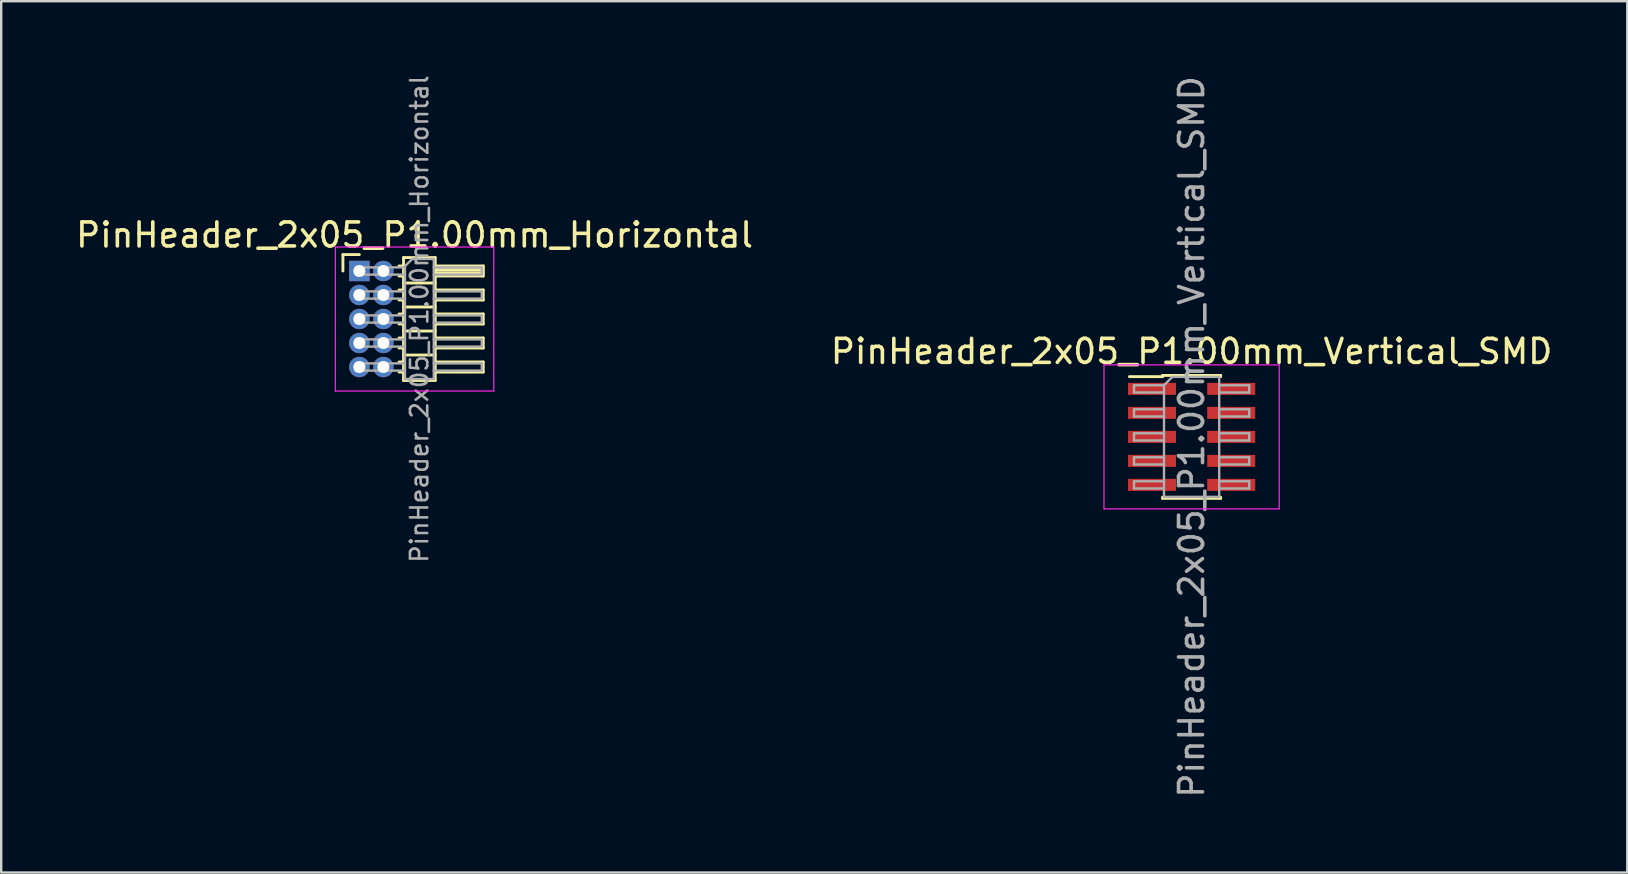
<source format=kicad_pcb>
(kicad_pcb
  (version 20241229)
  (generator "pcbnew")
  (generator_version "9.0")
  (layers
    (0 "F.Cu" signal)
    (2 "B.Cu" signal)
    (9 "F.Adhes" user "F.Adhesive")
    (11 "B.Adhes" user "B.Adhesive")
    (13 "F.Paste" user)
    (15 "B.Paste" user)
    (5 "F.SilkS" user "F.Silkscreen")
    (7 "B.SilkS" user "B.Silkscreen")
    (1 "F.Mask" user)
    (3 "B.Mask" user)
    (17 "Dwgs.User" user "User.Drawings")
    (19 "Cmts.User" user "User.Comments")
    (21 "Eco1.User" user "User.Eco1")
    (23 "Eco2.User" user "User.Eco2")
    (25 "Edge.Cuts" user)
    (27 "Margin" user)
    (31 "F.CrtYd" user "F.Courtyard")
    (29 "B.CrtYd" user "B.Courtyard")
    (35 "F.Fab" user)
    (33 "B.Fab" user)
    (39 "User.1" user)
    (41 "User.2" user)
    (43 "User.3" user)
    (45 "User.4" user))
  (footprint "PinHeader_2x05_P1.00mm_Horizontal"
    (layer "F.Cu")
    (at 11.92 8.239)
    (property "Reference" "PinHeader_2x05_P1.00mm_Horizontal" (at 2.3 -1.5 0) (layer "F.SilkS") (effects (font (size 1 1) (thickness 0.15))))
    (attr through_hole)
    (fp_line (start -0.685 -0.685) (end 0 -0.685) (stroke (width 0.12) (type solid)) (layer "F.SilkS"))
    (fp_line (start -0.685 0) (end -0.685 -0.685) (stroke (width 0.12) (type solid)) (layer "F.SilkS"))
    (fp_line (start 1.652 -0.21) (end 1.84 -0.21) (stroke (width 0.12) (type solid)) (layer "F.SilkS"))
    (fp_line (start 1.652 0.21) (end 1.84 0.21) (stroke (width 0.12) (type solid)) (layer "F.SilkS"))
    (fp_line (start 1.652 0.79) (end 1.84 0.79) (stroke (width 0.12) (type solid)) (layer "F.SilkS"))
    (fp_line (start 1.652 1.21) (end 1.84 1.21) (stroke (width 0.12) (type solid)) (layer "F.SilkS"))
    (fp_line (start 1.652 1.79) (end 1.84 1.79) (stroke (width 0.12) (type solid)) (layer "F.SilkS"))
    (fp_line (start 1.652 2.21) (end 1.84 2.21) (stroke (width 0.12) (type solid)) (layer "F.SilkS"))
    (fp_line (start 1.652 2.79) (end 1.84 2.79) (stroke (width 0.12) (type solid)) (layer "F.SilkS"))
    (fp_line (start 1.652 3.21) (end 1.84 3.21) (stroke (width 0.12) (type solid)) (layer "F.SilkS"))
    (fp_line (start 1.652 3.79) (end 1.84 3.79) (stroke (width 0.12) (type solid)) (layer "F.SilkS"))
    (fp_line (start 1.652 4.21) (end 1.84 4.21) (stroke (width 0.12) (type solid)) (layer "F.SilkS"))
    (fp_line (start 1.84 -0.56) (end 1.84 4.56) (stroke (width 0.12) (type solid)) (layer "F.SilkS"))
    (fp_line (start 1.84 0.5) (end 3.16 0.5) (stroke (width 0.12) (type solid)) (layer "F.SilkS"))
    (fp_line (start 1.84 1.5) (end 3.16 1.5) (stroke (width 0.12) (type solid)) (layer "F.SilkS"))
    (fp_line (start 1.84 2.5) (end 3.16 2.5) (stroke (width 0.12) (type solid)) (layer "F.SilkS"))
    (fp_line (start 1.84 3.5) (end 3.16 3.5) (stroke (width 0.12) (type solid)) (layer "F.SilkS"))
    (fp_line (start 1.84 4.56) (end 3.16 4.56) (stroke (width 0.12) (type solid)) (layer "F.SilkS"))
    (fp_line (start 3.16 -0.56) (end 1.84 -0.56) (stroke (width 0.12) (type solid)) (layer "F.SilkS"))
    (fp_line (start 3.16 -0.21) (end 5.16 -0.21) (stroke (width 0.12) (type solid)) (layer "F.SilkS"))
    (fp_line (start 3.16 -0.15) (end 5.16 -0.15) (stroke (width 0.12) (type solid)) (layer "F.SilkS"))
    (fp_line (start 3.16 -0.03) (end 5.16 -0.03) (stroke (width 0.12) (type solid)) (layer "F.SilkS"))
    (fp_line (start 3.16 0.09) (end 5.16 0.09) (stroke (width 0.12) (type solid)) (layer "F.SilkS"))
    (fp_line (start 3.16 0.79) (end 5.16 0.79) (stroke (width 0.12) (type solid)) (layer "F.SilkS"))
    (fp_line (start 3.16 1.79) (end 5.16 1.79) (stroke (width 0.12) (type solid)) (layer "F.SilkS"))
    (fp_line (start 3.16 2.79) (end 5.16 2.79) (stroke (width 0.12) (type solid)) (layer "F.SilkS"))
    (fp_line (start 3.16 3.79) (end 5.16 3.79) (stroke (width 0.12) (type solid)) (layer "F.SilkS"))
    (fp_line (start 3.16 4.56) (end 3.16 -0.56) (stroke (width 0.12) (type solid)) (layer "F.SilkS"))
    (fp_line (start 5.16 -0.21) (end 5.16 0.21) (stroke (width 0.12) (type solid)) (layer "F.SilkS"))
    (fp_line (start 5.16 0.21) (end 3.16 0.21) (stroke (width 0.12) (type solid)) (layer "F.SilkS"))
    (fp_line (start 5.16 0.79) (end 5.16 1.21) (stroke (width 0.12) (type solid)) (layer "F.SilkS"))
    (fp_line (start 5.16 1.21) (end 3.16 1.21) (stroke (width 0.12) (type solid)) (layer "F.SilkS"))
    (fp_line (start 5.16 1.79) (end 5.16 2.21) (stroke (width 0.12) (type solid)) (layer "F.SilkS"))
    (fp_line (start 5.16 2.21) (end 3.16 2.21) (stroke (width 0.12) (type solid)) (layer "F.SilkS"))
    (fp_line (start 5.16 2.79) (end 5.16 3.21) (stroke (width 0.12) (type solid)) (layer "F.SilkS"))
    (fp_line (start 5.16 3.21) (end 3.16 3.21) (stroke (width 0.12) (type solid)) (layer "F.SilkS"))
    (fp_line (start 5.16 3.79) (end 5.16 4.21) (stroke (width 0.12) (type solid)) (layer "F.SilkS"))
    (fp_line (start 5.16 4.21) (end 3.16 4.21) (stroke (width 0.12) (type solid)) (layer "F.SilkS"))
    (fp_line (start -1 -1) (end -1 5) (stroke (width 0.05) (type solid)) (layer "F.CrtYd"))
    (fp_line (start -1 5) (end 5.6 5) (stroke (width 0.05) (type solid)) (layer "F.CrtYd"))
    (fp_line (start 5.6 -1) (end -1 -1) (stroke (width 0.05) (type solid)) (layer "F.CrtYd"))
    (fp_line (start 5.6 5) (end 5.6 -1) (stroke (width 0.05) (type solid)) (layer "F.CrtYd"))
    (fp_line (start -0.15 -0.15) (end -0.15 0.15) (stroke (width 0.1) (type solid)) (layer "F.Fab"))
    (fp_line (start -0.15 -0.15) (end 1.9 -0.15) (stroke (width 0.1) (type solid)) (layer "F.Fab"))
    (fp_line (start -0.15 0.15) (end 1.9 0.15) (stroke (width 0.1) (type solid)) (layer "F.Fab"))
    (fp_line (start -0.15 0.85) (end -0.15 1.15) (stroke (width 0.1) (type solid)) (layer "F.Fab"))
    (fp_line (start -0.15 0.85) (end 1.9 0.85) (stroke (width 0.1) (type solid)) (layer "F.Fab"))
    (fp_line (start -0.15 1.15) (end 1.9 1.15) (stroke (width 0.1) (type solid)) (layer "F.Fab"))
    (fp_line (start -0.15 1.85) (end -0.15 2.15) (stroke (width 0.1) (type solid)) (layer "F.Fab"))
    (fp_line (start -0.15 1.85) (end 1.9 1.85) (stroke (width 0.1) (type solid)) (layer "F.Fab"))
    (fp_line (start -0.15 2.15) (end 1.9 2.15) (stroke (width 0.1) (type solid)) (layer "F.Fab"))
    (fp_line (start -0.15 2.85) (end -0.15 3.15) (stroke (width 0.1) (type solid)) (layer "F.Fab"))
    (fp_line (start -0.15 2.85) (end 1.9 2.85) (stroke (width 0.1) (type solid)) (layer "F.Fab"))
    (fp_line (start -0.15 3.15) (end 1.9 3.15) (stroke (width 0.1) (type solid)) (layer "F.Fab"))
    (fp_line (start -0.15 3.85) (end -0.15 4.15) (stroke (width 0.1) (type solid)) (layer "F.Fab"))
    (fp_line (start -0.15 3.85) (end 1.9 3.85) (stroke (width 0.1) (type solid)) (layer "F.Fab"))
    (fp_line (start -0.15 4.15) (end 1.9 4.15) (stroke (width 0.1) (type solid)) (layer "F.Fab"))
    (fp_line (start 1.9 -0.2) (end 2.2 -0.5) (stroke (width 0.1) (type solid)) (layer "F.Fab"))
    (fp_line (start 1.9 4.5) (end 1.9 -0.2) (stroke (width 0.1) (type solid)) (layer "F.Fab"))
    (fp_line (start 2.2 -0.5) (end 3.1 -0.5) (stroke (width 0.1) (type solid)) (layer "F.Fab"))
    (fp_line (start 3.1 -0.5) (end 3.1 4.5) (stroke (width 0.1) (type solid)) (layer "F.Fab"))
    (fp_line (start 3.1 -0.15) (end 5.1 -0.15) (stroke (width 0.1) (type solid)) (layer "F.Fab"))
    (fp_line (start 3.1 0.15) (end 5.1 0.15) (stroke (width 0.1) (type solid)) (layer "F.Fab"))
    (fp_line (start 3.1 0.85) (end 5.1 0.85) (stroke (width 0.1) (type solid)) (layer "F.Fab"))
    (fp_line (start 3.1 1.15) (end 5.1 1.15) (stroke (width 0.1) (type solid)) (layer "F.Fab"))
    (fp_line (start 3.1 1.85) (end 5.1 1.85) (stroke (width 0.1) (type solid)) (layer "F.Fab"))
    (fp_line (start 3.1 2.15) (end 5.1 2.15) (stroke (width 0.1) (type solid)) (layer "F.Fab"))
    (fp_line (start 3.1 2.85) (end 5.1 2.85) (stroke (width 0.1) (type solid)) (layer "F.Fab"))
    (fp_line (start 3.1 3.15) (end 5.1 3.15) (stroke (width 0.1) (type solid)) (layer "F.Fab"))
    (fp_line (start 3.1 3.85) (end 5.1 3.85) (stroke (width 0.1) (type solid)) (layer "F.Fab"))
    (fp_line (start 3.1 4.15) (end 5.1 4.15) (stroke (width 0.1) (type solid)) (layer "F.Fab"))
    (fp_line (start 3.1 4.5) (end 1.9 4.5) (stroke (width 0.1) (type solid)) (layer "F.Fab"))
    (fp_line (start 5.1 -0.15) (end 5.1 0.15) (stroke (width 0.1) (type solid)) (layer "F.Fab"))
    (fp_line (start 5.1 0.85) (end 5.1 1.15) (stroke (width 0.1) (type solid)) (layer "F.Fab"))
    (fp_line (start 5.1 1.85) (end 5.1 2.15) (stroke (width 0.1) (type solid)) (layer "F.Fab"))
    (fp_line (start 5.1 2.85) (end 5.1 3.15) (stroke (width 0.1) (type solid)) (layer "F.Fab"))
    (fp_line (start 5.1 3.85) (end 5.1 4.15) (stroke (width 0.1) (type solid)) (layer "F.Fab"))
    (fp_text user "${REFERENCE}" (at 2.5 2 90) (layer "F.Fab") (effects (font (size 0.72 0.72) (thickness 0.108))))
    (pad "1" thru_hole rect (at 0 0) (size 0.85 0.85) (drill 0.5) (layers "*.Cu" "*.Mask"))
    (pad "2" thru_hole oval (at 1 0) (size 0.85 0.85) (drill 0.5) (layers "*.Cu" "*.Mask"))
    (pad "3" thru_hole oval (at 0 1) (size 0.85 0.85) (drill 0.5) (layers "*.Cu" "*.Mask"))
    (pad "4" thru_hole oval (at 1 1) (size 0.85 0.85) (drill 0.5) (layers "*.Cu" "*.Mask"))
    (pad "5" thru_hole oval (at 0 2) (size 0.85 0.85) (drill 0.5) (layers "*.Cu" "*.Mask"))
    (pad "6" thru_hole oval (at 1 2) (size 0.85 0.85) (drill 0.5) (layers "*.Cu" "*.Mask"))
    (pad "7" thru_hole oval (at 0 3) (size 0.85 0.85) (drill 0.5) (layers "*.Cu" "*.Mask"))
    (pad "8" thru_hole oval (at 1 3) (size 0.85 0.85) (drill 0.5) (layers "*.Cu" "*.Mask"))
    (pad "9" thru_hole oval (at 0 4) (size 0.85 0.85) (drill 0.5) (layers "*.Cu" "*.Mask"))
    (pad "10" thru_hole oval (at 1 4) (size 0.85 0.85) (drill 0.5) (layers "*.Cu" "*.Mask")))
  (footprint "PinHeader_2x05_P1.00mm_Vertical_SMD"
    (layer "F.Cu")
    (at 46.589 15.149)
    (property "Reference" "PinHeader_2x05_P1.00mm_Vertical_SMD" (at 0 -3.56 0) (layer "F.SilkS") (effects (font (size 1 1) (thickness 0.15))))
    (attr smd)
    (fp_line (start -2.59 -2.51) (end -1.21 -2.51) (stroke (width 0.12) (type solid)) (layer "F.SilkS"))
    (fp_line (start -1.21 -2.56) (end -1.21 -2.51) (stroke (width 0.12) (type solid)) (layer "F.SilkS"))
    (fp_line (start -1.21 -2.56) (end 1.21 -2.56) (stroke (width 0.12) (type solid)) (layer "F.SilkS"))
    (fp_line (start -1.21 2.51) (end -1.21 2.56) (stroke (width 0.12) (type solid)) (layer "F.SilkS"))
    (fp_line (start -1.21 2.56) (end 1.21 2.56) (stroke (width 0.12) (type solid)) (layer "F.SilkS"))
    (fp_line (start 1.21 -2.56) (end 1.21 -2.51) (stroke (width 0.12) (type solid)) (layer "F.SilkS"))
    (fp_line (start 1.21 2.51) (end 1.21 2.56) (stroke (width 0.12) (type solid)) (layer "F.SilkS"))
    (fp_line (start -3.65 -3) (end -3.65 3) (stroke (width 0.05) (type solid)) (layer "F.CrtYd"))
    (fp_line (start -3.65 3) (end 3.65 3) (stroke (width 0.05) (type solid)) (layer "F.CrtYd"))
    (fp_line (start 3.65 -3) (end -3.65 -3) (stroke (width 0.05) (type solid)) (layer "F.CrtYd"))
    (fp_line (start 3.65 3) (end 3.65 -3) (stroke (width 0.05) (type solid)) (layer "F.CrtYd"))
    (fp_line (start -2.4 -2.15) (end -2.4 -1.85) (stroke (width 0.1) (type solid)) (layer "F.Fab"))
    (fp_line (start -2.4 -1.85) (end -1.15 -1.85) (stroke (width 0.1) (type solid)) (layer "F.Fab"))
    (fp_line (start -2.4 -1.15) (end -2.4 -0.85) (stroke (width 0.1) (type solid)) (layer "F.Fab"))
    (fp_line (start -2.4 -0.85) (end -1.15 -0.85) (stroke (width 0.1) (type solid)) (layer "F.Fab"))
    (fp_line (start -2.4 -0.15) (end -2.4 0.15) (stroke (width 0.1) (type solid)) (layer "F.Fab"))
    (fp_line (start -2.4 0.15) (end -1.15 0.15) (stroke (width 0.1) (type solid)) (layer "F.Fab"))
    (fp_line (start -2.4 0.85) (end -2.4 1.15) (stroke (width 0.1) (type solid)) (layer "F.Fab"))
    (fp_line (start -2.4 1.15) (end -1.15 1.15) (stroke (width 0.1) (type solid)) (layer "F.Fab"))
    (fp_line (start -2.4 1.85) (end -2.4 2.15) (stroke (width 0.1) (type solid)) (layer "F.Fab"))
    (fp_line (start -2.4 2.15) (end -1.15 2.15) (stroke (width 0.1) (type solid)) (layer "F.Fab"))
    (fp_line (start -1.15 -2.15) (end -2.4 -2.15) (stroke (width 0.1) (type solid)) (layer "F.Fab"))
    (fp_line (start -1.15 -2.15) (end -0.8 -2.5) (stroke (width 0.1) (type solid)) (layer "F.Fab"))
    (fp_line (start -1.15 -1.15) (end -2.4 -1.15) (stroke (width 0.1) (type solid)) (layer "F.Fab"))
    (fp_line (start -1.15 -0.15) (end -2.4 -0.15) (stroke (width 0.1) (type solid)) (layer "F.Fab"))
    (fp_line (start -1.15 0.85) (end -2.4 0.85) (stroke (width 0.1) (type solid)) (layer "F.Fab"))
    (fp_line (start -1.15 1.85) (end -2.4 1.85) (stroke (width 0.1) (type solid)) (layer "F.Fab"))
    (fp_line (start -1.15 2.5) (end -1.15 -2.15) (stroke (width 0.1) (type solid)) (layer "F.Fab"))
    (fp_line (start -0.8 -2.5) (end 1.15 -2.5) (stroke (width 0.1) (type solid)) (layer "F.Fab"))
    (fp_line (start 1.15 -2.5) (end 1.15 2.5) (stroke (width 0.1) (type solid)) (layer "F.Fab"))
    (fp_line (start 1.15 -2.15) (end 2.4 -2.15) (stroke (width 0.1) (type solid)) (layer "F.Fab"))
    (fp_line (start 1.15 -1.15) (end 2.4 -1.15) (stroke (width 0.1) (type solid)) (layer "F.Fab"))
    (fp_line (start 1.15 -0.15) (end 2.4 -0.15) (stroke (width 0.1) (type solid)) (layer "F.Fab"))
    (fp_line (start 1.15 0.85) (end 2.4 0.85) (stroke (width 0.1) (type solid)) (layer "F.Fab"))
    (fp_line (start 1.15 1.85) (end 2.4 1.85) (stroke (width 0.1) (type solid)) (layer "F.Fab"))
    (fp_line (start 1.15 2.5) (end -1.15 2.5) (stroke (width 0.1) (type solid)) (layer "F.Fab"))
    (fp_line (start 2.4 -2.15) (end 2.4 -1.85) (stroke (width 0.1) (type solid)) (layer "F.Fab"))
    (fp_line (start 2.4 -1.85) (end 1.15 -1.85) (stroke (width 0.1) (type solid)) (layer "F.Fab"))
    (fp_line (start 2.4 -1.15) (end 2.4 -0.85) (stroke (width 0.1) (type solid)) (layer "F.Fab"))
    (fp_line (start 2.4 -0.85) (end 1.15 -0.85) (stroke (width 0.1) (type solid)) (layer "F.Fab"))
    (fp_line (start 2.4 -0.15) (end 2.4 0.15) (stroke (width 0.1) (type solid)) (layer "F.Fab"))
    (fp_line (start 2.4 0.15) (end 1.15 0.15) (stroke (width 0.1) (type solid)) (layer "F.Fab"))
    (fp_line (start 2.4 0.85) (end 2.4 1.15) (stroke (width 0.1) (type solid)) (layer "F.Fab"))
    (fp_line (start 2.4 1.15) (end 1.15 1.15) (stroke (width 0.1) (type solid)) (layer "F.Fab"))
    (fp_line (start 2.4 1.85) (end 2.4 2.15) (stroke (width 0.1) (type solid)) (layer "F.Fab"))
    (fp_line (start 2.4 2.15) (end 1.15 2.15) (stroke (width 0.1) (type solid)) (layer "F.Fab"))
    (fp_text user "${REFERENCE}" (at 0 0 90) (layer "F.Fab") (effects (font (size 1 1) (thickness 0.15))))
    (pad "1" smd rect (at -1.65 -2) (size 2 0.5) (layers "F.Cu" "F.Mask" "F.Paste"))
    (pad "2" smd rect (at 1.65 -2) (size 2 0.5) (layers "F.Cu" "F.Mask" "F.Paste"))
    (pad "3" smd rect (at -1.65 -1) (size 2 0.5) (layers "F.Cu" "F.Mask" "F.Paste"))
    (pad "4" smd rect (at 1.65 -1) (size 2 0.5) (layers "F.Cu" "F.Mask" "F.Paste"))
    (pad "5" smd rect (at -1.65 0) (size 2 0.5) (layers "F.Cu" "F.Mask" "F.Paste"))
    (pad "6" smd rect (at 1.65 0) (size 2 0.5) (layers "F.Cu" "F.Mask" "F.Paste"))
    (pad "7" smd rect (at -1.65 1) (size 2 0.5) (layers "F.Cu" "F.Mask" "F.Paste"))
    (pad "8" smd rect (at 1.65 1) (size 2 0.5) (layers "F.Cu" "F.Mask" "F.Paste"))
    (pad "9" smd rect (at -1.65 2) (size 2 0.5) (layers "F.Cu" "F.Mask" "F.Paste"))
    (pad "10" smd rect (at 1.65 2) (size 2 0.5) (layers "F.Cu" "F.Mask" "F.Paste")))
  (gr_rect
    (start -3 -3)
    (end 64.738 33.298)
    (stroke (width 0.1) (type default))
    (fill no)
    (layer "Edge.Cuts")))
</source>
